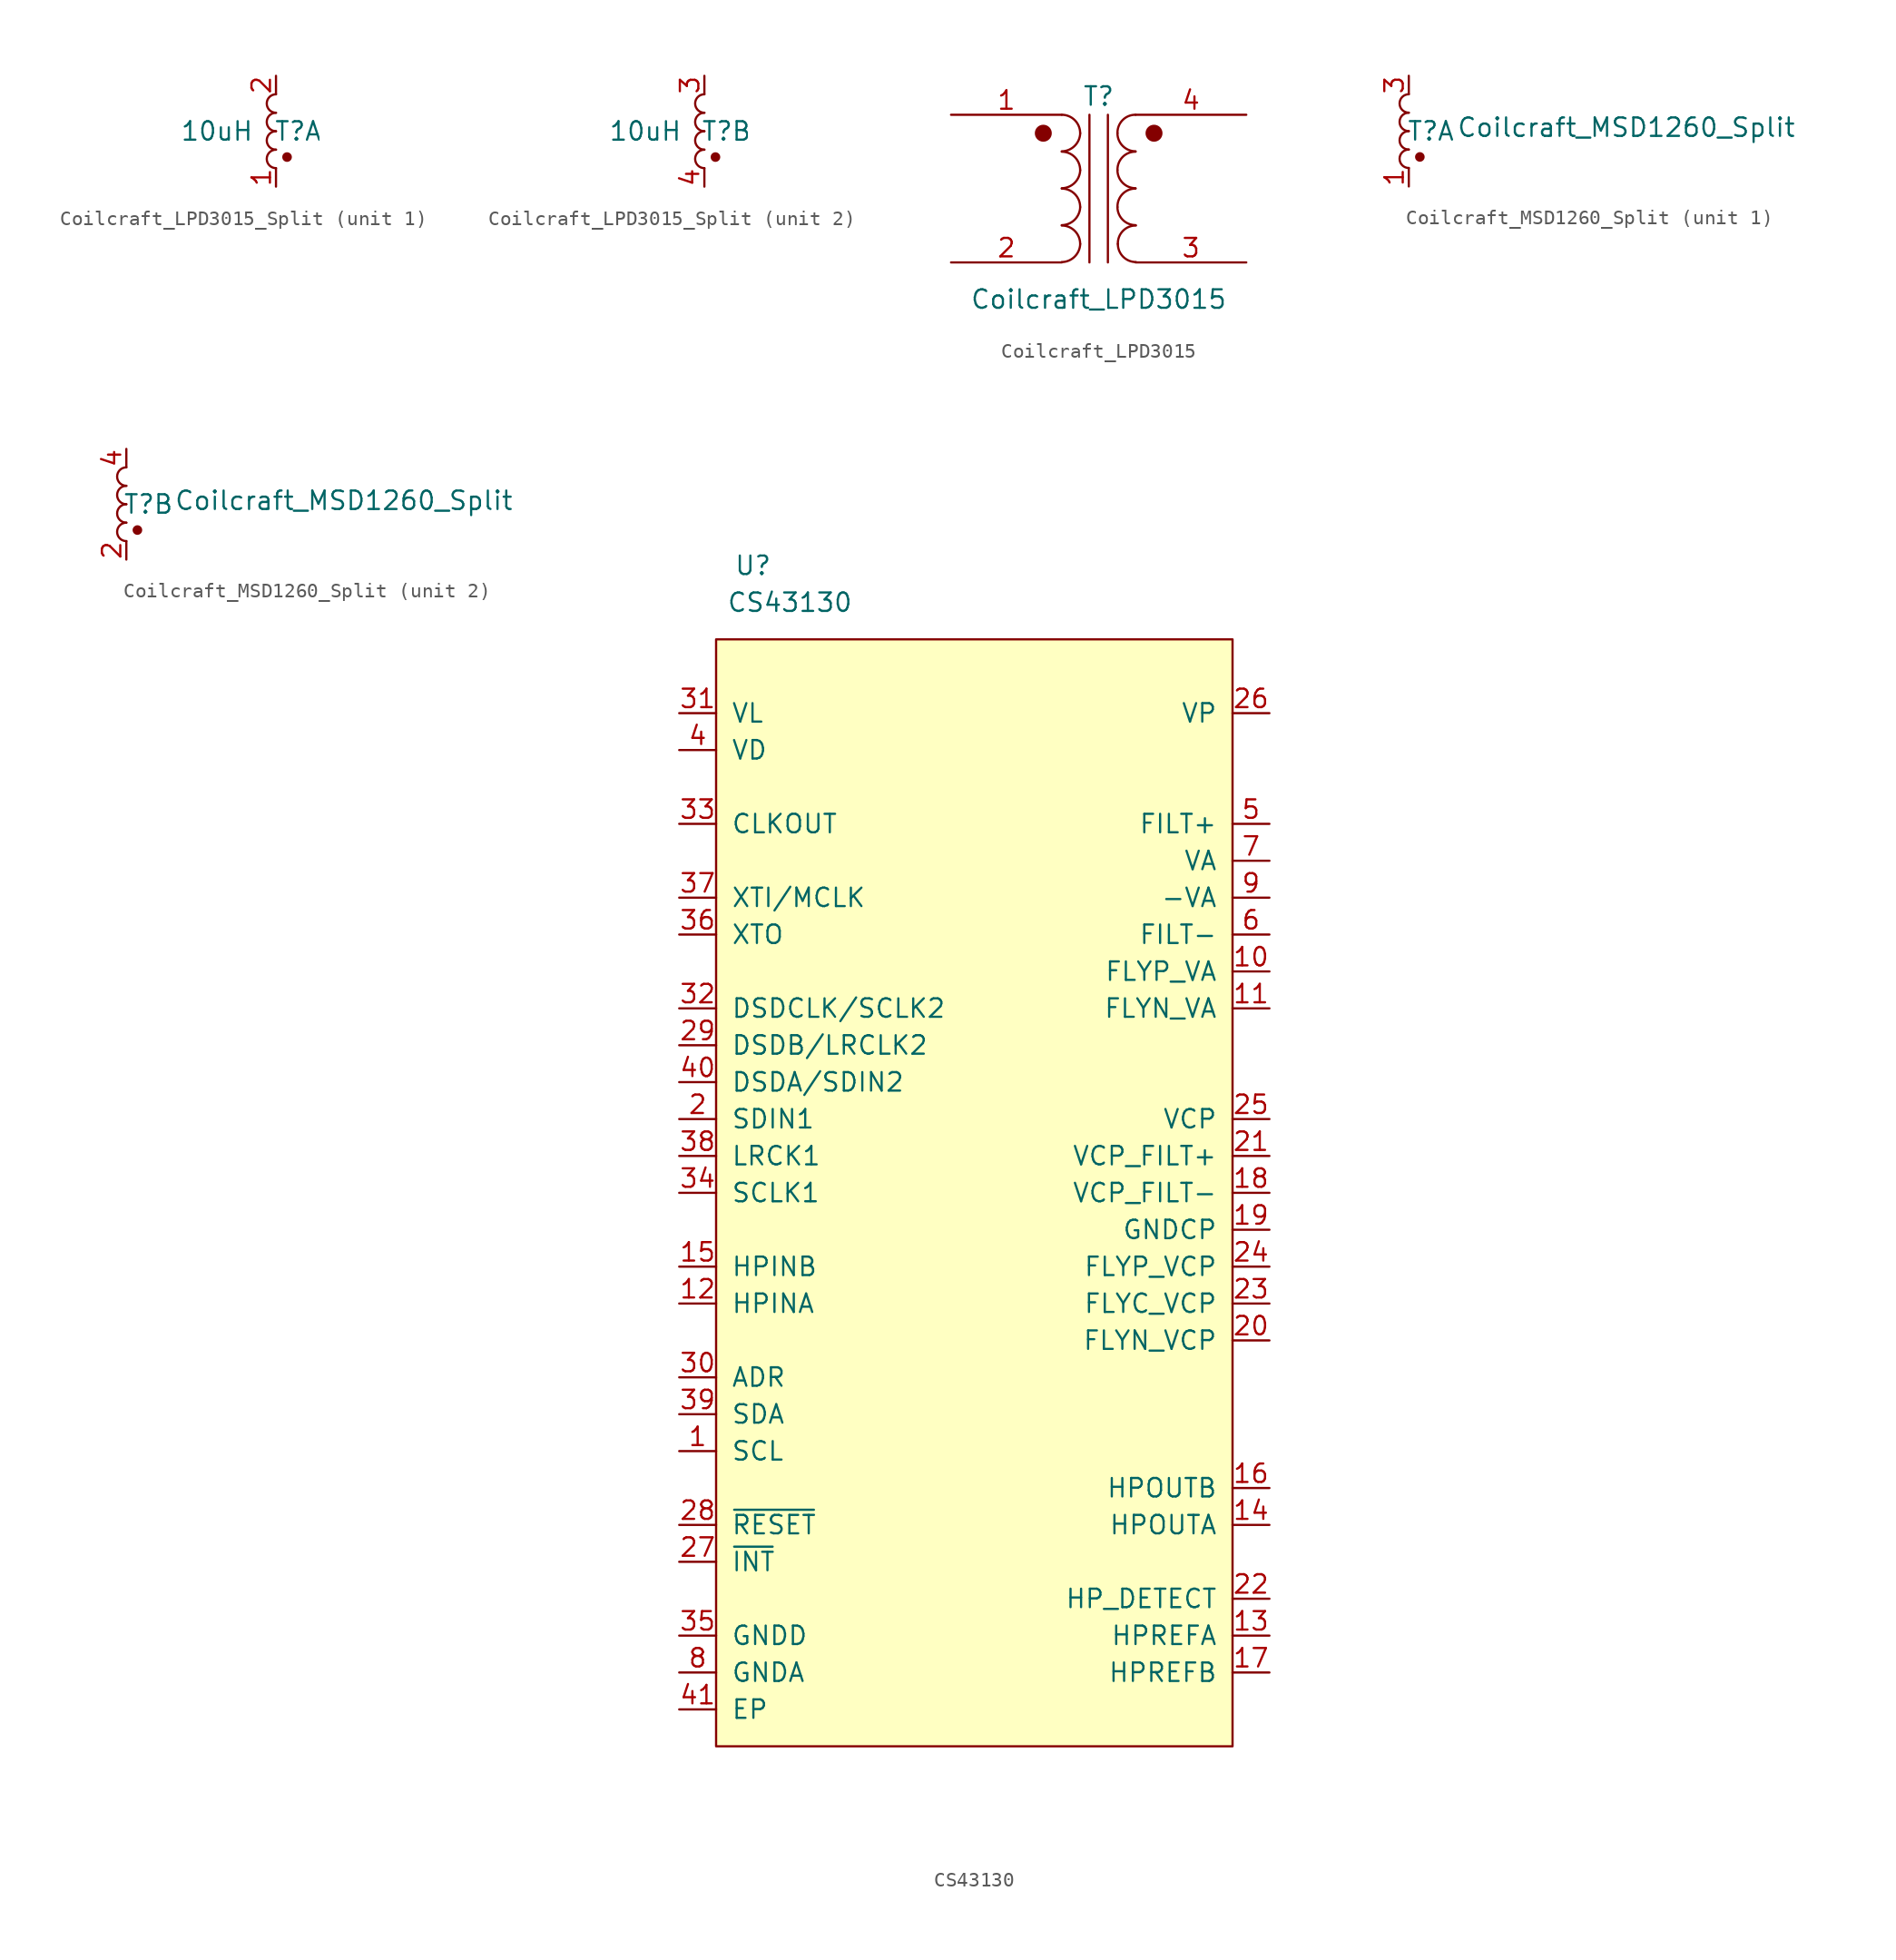
<source format=kicad_sym>
(kicad_symbol_lib
  (version 20220914)
  (generator kicad_symbol_editor)
  (symbol "Coilcraft_LPD3015_Split"
    (property "Reference" "T"
      (at 1.524 0 0)
      (effects (font (size 1.27 1.27))))
    (property "Value" "10uH"
      (at -4.064 0 0)
      (effects (font (size 1.27 1.27))))
    (symbol "Coilcraft_LPD3015_Split_0_1"
      (arc (start 0 -1.27) (mid -0.6323 -1.905) (end 0 -2.54) (stroke (width 0) (type default)) (fill (type none)))
      (arc (start 0 0) (mid -0.6323 -0.635) (end 0 -1.27) (stroke (width 0) (type default)) (fill (type none)))
      (arc (start 0 1.27) (mid -0.6323 0.635) (end 0 0) (stroke (width 0) (type default)) (fill (type none)))
      (arc (start 0 2.54) (mid -0.6323 1.905) (end 0 1.27) (stroke (width 0) (type default)) (fill (type none)))
      (circle (center 0.762 -1.778) (radius 0.254) (stroke (width 0) (type default)) (fill (type outline))))
    (symbol "Coilcraft_LPD3015_Split_1_1"
      (pin passive line (at 0 -3.81 90) (length 1.27) (name "" (effects (font (size 1.27 1.27)))) (number "1" (effects (font (size 1.27 1.27)))))
      (pin passive line (at 0 3.81 270) (length 1.27) (name "" (effects (font (size 1.27 1.27)))) (number "2" (effects (font (size 1.27 1.27))))))
    (symbol "Coilcraft_LPD3015_Split_2_1"
      (pin passive line (at 0 3.81 270) (length 1.27) (name "" (effects (font (size 1.27 1.27)))) (number "3" (effects (font (size 1.27 1.27)))))
      (pin passive line (at 0 -3.81 90) (length 1.27) (name "" (effects (font (size 1.27 1.27)))) (number "4" (effects (font (size 1.27 1.27)))))))
  (symbol "Coilcraft_LPD3015"
    (pin_names
      (offset 1.016) hide)
    (property "Reference" "T"
      (at 0 6.35 0)
      (effects (font (size 1.27 1.27))))
    (property "Value" "Coilcraft_LPD3015"
      (at 0 -7.62 0)
      (effects (font (size 1.27 1.27))))
    (symbol "Coilcraft_LPD3015_0_1"
      (circle (center -3.81 3.81) (radius 0.508) (stroke (width 0) (type default)) (fill (type outline)))
      (arc (start -2.54 -5.0546) (mid -1.6599 -4.6901) (end -1.27 -3.81) (stroke (width 0) (type default)) (fill (type none)))
      (arc (start -2.54 -2.5146) (mid -1.6599 -2.1501) (end -1.27 -1.27) (stroke (width 0) (type default)) (fill (type none)))
      (arc (start -2.54 0.0254) (mid -1.6599 0.3899) (end -1.27 1.27) (stroke (width 0) (type default)) (fill (type none)))
      (arc (start -2.54 2.5654) (mid -1.6599 2.9299) (end -1.27 3.81) (stroke (width 0) (type default)) (fill (type none)))
      (arc (start -1.27 -3.81) (mid -1.642 -2.912) (end -2.54 -2.54) (stroke (width 0) (type default)) (fill (type none)))
      (arc (start -1.27 -1.27) (mid -1.642 -0.372) (end -2.54 0) (stroke (width 0) (type default)) (fill (type none)))
      (arc (start -1.27 1.27) (mid -1.642 2.168) (end -2.54 2.54) (stroke (width 0) (type default)) (fill (type none)))
      (arc (start -1.27 3.81) (mid -1.642 4.708) (end -2.54 5.08) (stroke (width 0) (type default)) (fill (type none)))
      (polyline (pts (xy -0.635 5.08) (xy -0.635 -5.08)) (stroke (width 0) (type default)) (fill (type none)))
      (polyline (pts (xy 0.635 -5.08) (xy 0.635 5.08)) (stroke (width 0) (type default)) (fill (type none)))
      (arc (start 1.2954 -1.27) (mid 1.6599 -2.1501) (end 2.54 -2.5146) (stroke (width 0) (type default)) (fill (type none)))
      (arc (start 1.2954 1.27) (mid 1.6599 0.3899) (end 2.54 0.0254) (stroke (width 0) (type default)) (fill (type none)))
      (arc (start 1.2954 3.81) (mid 1.6599 2.9299) (end 2.54 2.5654) (stroke (width 0) (type default)) (fill (type none)))
      (arc (start 1.3208 -3.81) (mid 1.6853 -4.6901) (end 2.5654 -5.0546) (stroke (width 0) (type default)) (fill (type none)))
      (arc (start 2.54 0) (mid 1.642 -0.372) (end 1.2954 -1.27) (stroke (width 0) (type default)) (fill (type none)))
      (arc (start 2.54 2.54) (mid 1.642 2.168) (end 1.2954 1.27) (stroke (width 0) (type default)) (fill (type none)))
      (arc (start 2.54 5.08) (mid 1.642 4.708) (end 1.2954 3.81) (stroke (width 0) (type default)) (fill (type none)))
      (arc (start 2.5654 -2.54) (mid 1.6674 -2.912) (end 1.3208 -3.81) (stroke (width 0) (type default)) (fill (type none)))
      (circle (center 3.81 3.81) (radius 0.508) (stroke (width 0) (type default)) (fill (type outline))))
    (symbol "Coilcraft_LPD3015_1_1"
      (pin passive line (at -10.16 5.08 0) (length 7.62) (name "AA" (effects (font (size 1.27 1.27)))) (number "1" (effects (font (size 1.27 1.27)))))
      (pin passive line (at -10.16 -5.08 0) (length 7.62) (name "AB" (effects (font (size 1.27 1.27)))) (number "2" (effects (font (size 1.27 1.27)))))
      (pin passive line (at 10.16 -5.08 180) (length 7.62) (name "SA" (effects (font (size 1.27 1.27)))) (number "3" (effects (font (size 1.27 1.27)))))
      (pin passive line (at 10.16 5.08 180) (length 7.62) (name "SB" (effects (font (size 1.27 1.27)))) (number "4" (effects (font (size 1.27 1.27)))))))
  (symbol "Coilcraft_MSD1260_Split"
    (property "Reference" "T"
      (at 1.524 0 0)
      (effects (font (size 1.27 1.27))))
    (property "Value" "Coilcraft_MSD1260_Split"
      (at 14.986 0.254 0)
      (effects (font (size 1.27 1.27))))
    (symbol "Coilcraft_MSD1260_Split_0_1"
      (arc (start 0 -1.27) (mid -0.6323 -1.905) (end 0 -2.54) (stroke (width 0) (type default)) (fill (type none)))
      (arc (start 0 0) (mid -0.6323 -0.635) (end 0 -1.27) (stroke (width 0) (type default)) (fill (type none)))
      (arc (start 0 1.27) (mid -0.6323 0.635) (end 0 0) (stroke (width 0) (type default)) (fill (type none)))
      (arc (start 0 2.54) (mid -0.6323 1.905) (end 0 1.27) (stroke (width 0) (type default)) (fill (type none)))
      (circle (center 0.762 -1.778) (radius 0.254) (stroke (width 0) (type default)) (fill (type outline))))
    (symbol "Coilcraft_MSD1260_Split_1_1"
      (pin passive line (at 0 -3.81 90) (length 1.27) (name "" (effects (font (size 1.27 1.27)))) (number "1" (effects (font (size 1.27 1.27)))))
      (pin passive line (at 0 3.81 270) (length 1.27) (name "" (effects (font (size 1.27 1.27)))) (number "3" (effects (font (size 1.27 1.27))))))
    (symbol "Coilcraft_MSD1260_Split_2_1"
      (pin passive line (at 0 -3.81 90) (length 1.27) (name "" (effects (font (size 1.27 1.27)))) (number "2" (effects (font (size 1.27 1.27)))))
      (pin passive line (at 0 3.81 270) (length 1.27) (name "" (effects (font (size 1.27 1.27)))) (number "4" (effects (font (size 1.27 1.27)))))))
  (symbol "CS43130"
    (pin_names
      (offset 1.016))
    (property "Reference" "U"
      (at -15.24 40.64 0)
      (effects (font (size 1.27 1.27))))
    (property "Value" "CS43130"
      (at -12.7 38.1 0)
      (effects (font (size 1.27 1.27))))
    (symbol "CS43130_0_1"
      (rectangle (start -17.78 35.56) (end 17.78 -40.64) (stroke (width 0) (type default)) (fill (type background))))
    (symbol "CS43130_1_1"
      (pin input line (at -20.32 -20.32 0) (length 2.54) (name "SCL" (effects (font (size 1.27 1.27)))) (number "1" (effects (font (size 1.27 1.27)))))
      (pin power_out line (at 20.32 12.7 180) (length 2.54) (name "FLYP_VA" (effects (font (size 1.27 1.27)))) (number "10" (effects (font (size 1.27 1.27)))))
      (pin power_out line (at 20.32 10.16 180) (length 2.54) (name "FLYN_VA" (effects (font (size 1.27 1.27)))) (number "11" (effects (font (size 1.27 1.27)))))
      (pin input line (at -20.32 -10.16 0) (length 2.54) (name "HPINA" (effects (font (size 1.27 1.27)))) (number "12" (effects (font (size 1.27 1.27)))))
      (pin input line (at 20.32 -33.02 180) (length 2.54) (name "HPREFA" (effects (font (size 1.27 1.27)))) (number "13" (effects (font (size 1.27 1.27)))))
      (pin power_out line (at 20.32 -25.4 180) (length 2.54) (name "HPOUTA" (effects (font (size 1.27 1.27)))) (number "14" (effects (font (size 1.27 1.27)))))
      (pin input line (at -20.32 -7.62 0) (length 2.54) (name "HPINB" (effects (font (size 1.27 1.27)))) (number "15" (effects (font (size 1.27 1.27)))))
      (pin power_out line (at 20.32 -22.86 180) (length 2.54) (name "HPOUTB" (effects (font (size 1.27 1.27)))) (number "16" (effects (font (size 1.27 1.27)))))
      (pin input line (at 20.32 -35.56 180) (length 2.54) (name "HPREFB" (effects (font (size 1.27 1.27)))) (number "17" (effects (font (size 1.27 1.27)))))
      (pin power_out line (at 20.32 -2.54 180) (length 2.54) (name "VCP_FILT-" (effects (font (size 1.27 1.27)))) (number "18" (effects (font (size 1.27 1.27)))))
      (pin power_out line (at 20.32 -5.08 180) (length 2.54) (name "GNDCP" (effects (font (size 1.27 1.27)))) (number "19" (effects (font (size 1.27 1.27)))))
      (pin input line (at -20.32 2.54 0) (length 2.54) (name "SDIN1" (effects (font (size 1.27 1.27)))) (number "2" (effects (font (size 1.27 1.27)))))
      (pin power_out line (at 20.32 -12.7 180) (length 2.54) (name "FLYN_VCP" (effects (font (size 1.27 1.27)))) (number "20" (effects (font (size 1.27 1.27)))))
      (pin power_out line (at 20.32 0 180) (length 2.54) (name "VCP_FILT+" (effects (font (size 1.27 1.27)))) (number "21" (effects (font (size 1.27 1.27)))))
      (pin input line (at 20.32 -30.48 180) (length 2.54) (name "HP_DETECT" (effects (font (size 1.27 1.27)))) (number "22" (effects (font (size 1.27 1.27)))))
      (pin power_out line (at 20.32 -10.16 180) (length 2.54) (name "FLYC_VCP" (effects (font (size 1.27 1.27)))) (number "23" (effects (font (size 1.27 1.27)))))
      (pin power_out line (at 20.32 -7.62 180) (length 2.54) (name "FLYP_VCP" (effects (font (size 1.27 1.27)))) (number "24" (effects (font (size 1.27 1.27)))))
      (pin power_out line (at 20.32 2.54 180) (length 2.54) (name "VCP" (effects (font (size 1.27 1.27)))) (number "25" (effects (font (size 1.27 1.27)))))
      (pin power_in line (at 20.32 30.48 180) (length 2.54) (name "VP" (effects (font (size 1.27 1.27)))) (number "26" (effects (font (size 1.27 1.27)))))
      (pin output line (at -20.32 -27.94 0) (length 2.54) (name "~{INT}" (effects (font (size 1.27 1.27)))) (number "27" (effects (font (size 1.27 1.27)))))
      (pin input line (at -20.32 -25.4 0) (length 2.54) (name "~{RESET}" (effects (font (size 1.27 1.27)))) (number "28" (effects (font (size 1.27 1.27)))))
      (pin bidirectional line (at -20.32 7.62 0) (length 2.54) (name "DSDB/LRCLK2" (effects (font (size 1.27 1.27)))) (number "29" (effects (font (size 1.27 1.27)))))
      (pin input line (at -20.32 -15.24 0) (length 2.54) (name "ADR" (effects (font (size 1.27 1.27)))) (number "30" (effects (font (size 1.27 1.27)))))
      (pin power_in line (at -20.32 30.48 0) (length 2.54) (name "VL" (effects (font (size 1.27 1.27)))) (number "31" (effects (font (size 1.27 1.27)))))
      (pin bidirectional line (at -20.32 10.16 0) (length 2.54) (name "DSDCLK/SCLK2" (effects (font (size 1.27 1.27)))) (number "32" (effects (font (size 1.27 1.27)))))
      (pin output line (at -20.32 22.86 0) (length 2.54) (name "CLKOUT" (effects (font (size 1.27 1.27)))) (number "33" (effects (font (size 1.27 1.27)))))
      (pin bidirectional line (at -20.32 -2.54 0) (length 2.54) (name "SCLK1" (effects (font (size 1.27 1.27)))) (number "34" (effects (font (size 1.27 1.27)))))
      (pin power_in line (at -20.32 -33.02 0) (length 2.54) (name "GNDD" (effects (font (size 1.27 1.27)))) (number "35" (effects (font (size 1.27 1.27)))))
      (pin input line (at -20.32 15.24 0) (length 2.54) (name "XTO" (effects (font (size 1.27 1.27)))) (number "36" (effects (font (size 1.27 1.27)))))
      (pin input line (at -20.32 17.78 0) (length 2.54) (name "XTI/MCLK" (effects (font (size 1.27 1.27)))) (number "37" (effects (font (size 1.27 1.27)))))
      (pin bidirectional line (at -20.32 0 0) (length 2.54) (name "LRCK1" (effects (font (size 1.27 1.27)))) (number "38" (effects (font (size 1.27 1.27)))))
      (pin bidirectional line (at -20.32 -17.78 0) (length 2.54) (name "SDA" (effects (font (size 1.27 1.27)))) (number "39" (effects (font (size 1.27 1.27)))))
      (pin power_in line (at -20.32 27.94 0) (length 2.54) (name "VD" (effects (font (size 1.27 1.27)))) (number "4" (effects (font (size 1.27 1.27)))))
      (pin input line (at -20.32 5.08 0) (length 2.54) (name "DSDA/SDIN2" (effects (font (size 1.27 1.27)))) (number "40" (effects (font (size 1.27 1.27)))))
      (pin power_in line (at -20.32 -38.1 0) (length 2.54) (name "EP" (effects (font (size 1.27 1.27)))) (number "41" (effects (font (size 1.27 1.27)))))
      (pin power_out line (at 20.32 22.86 180) (length 2.54) (name "FILT+" (effects (font (size 1.27 1.27)))) (number "5" (effects (font (size 1.27 1.27)))))
      (pin power_out line (at 20.32 15.24 180) (length 2.54) (name "FILT-" (effects (font (size 1.27 1.27)))) (number "6" (effects (font (size 1.27 1.27)))))
      (pin power_out line (at 20.32 20.32 180) (length 2.54) (name "VA" (effects (font (size 1.27 1.27)))) (number "7" (effects (font (size 1.27 1.27)))))
      (pin power_in line (at -20.32 -35.56 0) (length 2.54) (name "GNDA" (effects (font (size 1.27 1.27)))) (number "8" (effects (font (size 1.27 1.27)))))
      (pin power_out line (at 20.32 17.78 180) (length 2.54) (name "-VA" (effects (font (size 1.27 1.27)))) (number "9" (effects (font (size 1.27 1.27))))))))
</source>
